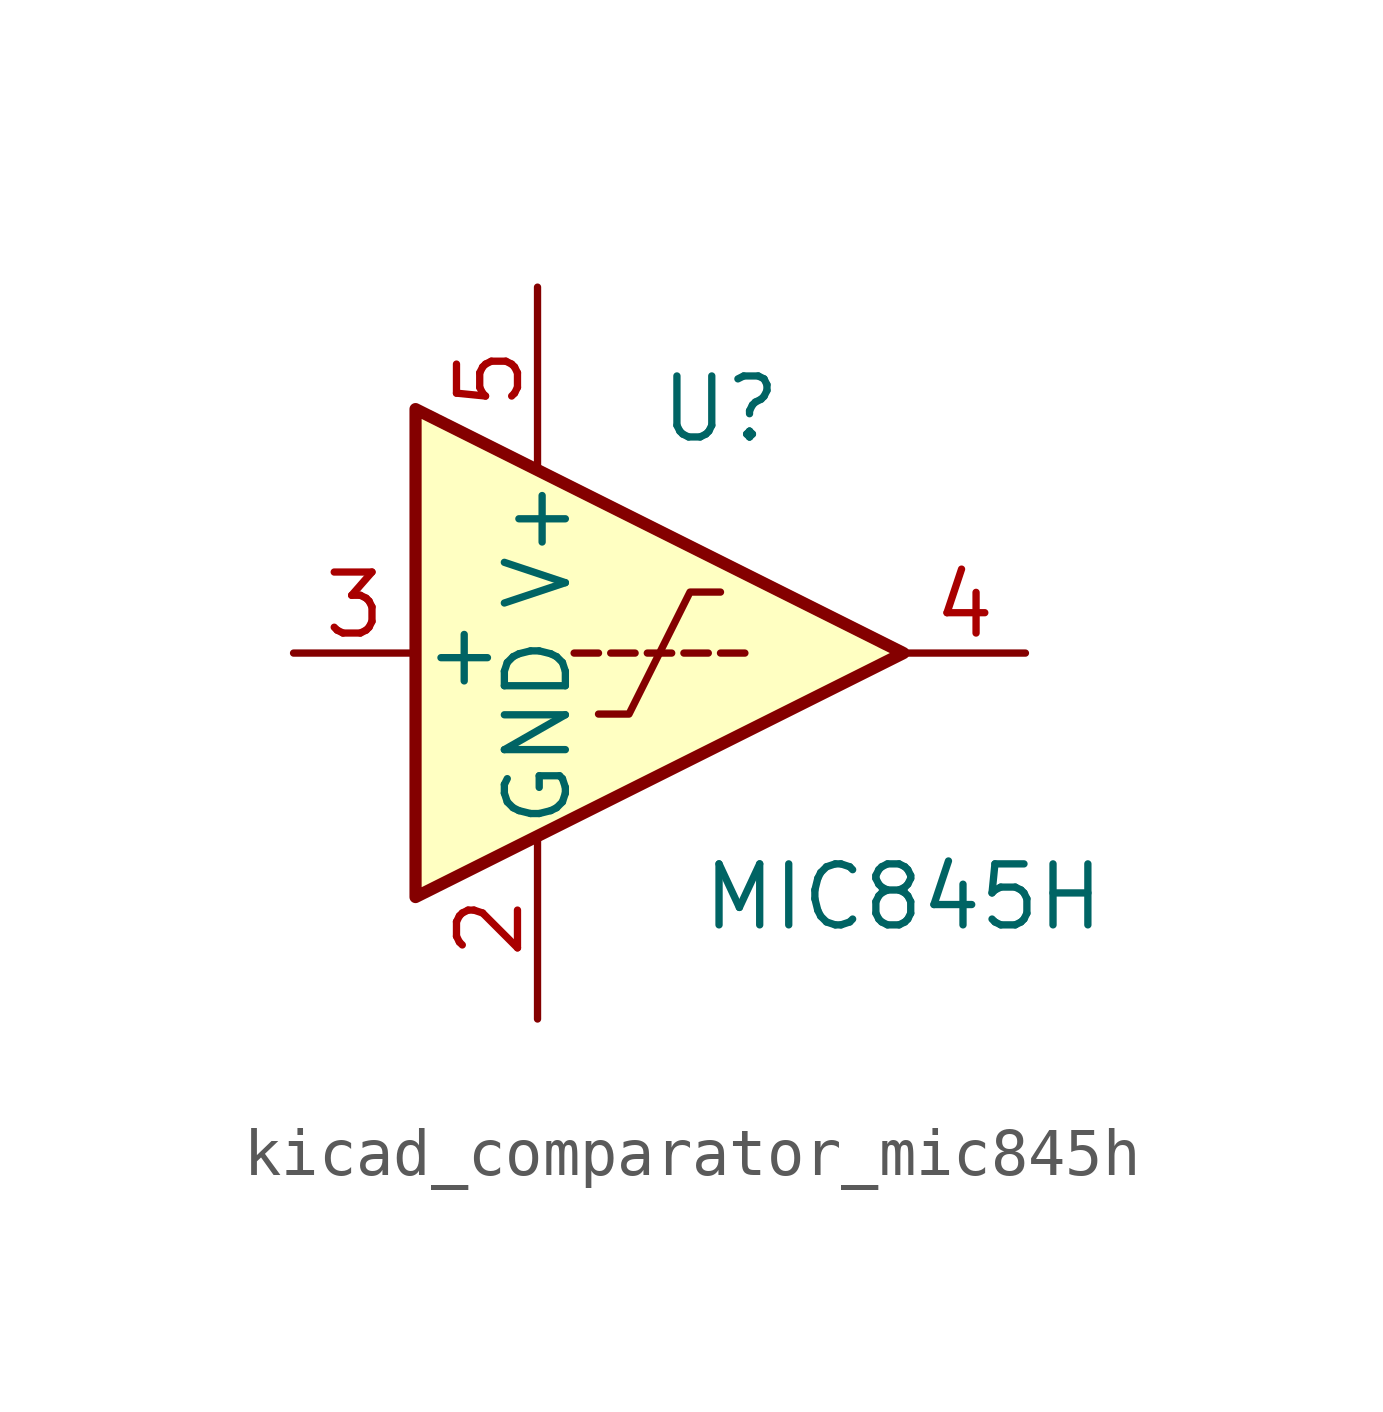
<source format=kicad_sym>
(kicad_symbol_lib
  (version 20220914)
  (generator kicad_symbol_editor)
  (symbol "kicad_comparator_mic845h"
    (pin_names
      (offset 0.127))
    (property "Reference" "U"
      (at 3.81 5.08 0)
      (effects (font (size 1.27 1.27))))
    (property "Value" "MIC845H"
      (at 7.62 -5.08 0)
      (effects (font (size 1.27 1.27))))
    (symbol "kicad_comparator_mic845h_0_1"
      (polyline (pts (xy 1.27 0) (xy 0.762 0)) (stroke (width 0) (type default)) (fill (type none)))
      (polyline (pts (xy 2.032 0) (xy 1.524 0)) (stroke (width 0) (type default)) (fill (type none)))
      (polyline (pts (xy 2.286 0) (xy 2.794 0)) (stroke (width 0) (type default)) (fill (type none)))
      (polyline (pts (xy 3.048 0) (xy 3.556 0)) (stroke (width 0) (type default)) (fill (type none)))
      (polyline (pts (xy 3.81 0) (xy 4.318 0)) (stroke (width 0) (type default)) (fill (type none)))
      (polyline (pts (xy -2.54 5.08) (xy 7.62 0) (xy -2.54 -5.08) (xy -2.54 5.08)) (stroke (width 0.254) (type default)) (fill (type background)))
      (polyline (pts (xy 1.27 -1.27) (xy 1.905 -1.27) (xy 3.175 1.27) (xy 3.81 1.27)) (stroke (width 0) (type default)) (fill (type none))))
    (symbol "kicad_comparator_mic845h_1_1"
      (pin no_connect line (at -2.54 0 0) (length 2.54) hide (name "NIC" (effects (font (size 1.27 1.27)))) (number "1" (effects (font (size 1.27 1.27)))))
      (pin power_in line (at 0 -7.62 90) (length 3.81) (name "GND" (effects (font (size 1.27 1.27)))) (number "2" (effects (font (size 1.27 1.27)))))
      (pin input line (at -5.08 0 0) (length 2.54) (name "+" (effects (font (size 1.27 1.27)))) (number "3" (effects (font (size 1.27 1.27)))))
      (pin output line (at 10.16 0 180) (length 2.54) (name "~" (effects (font (size 1.27 1.27)))) (number "4" (effects (font (size 1.27 1.27)))))
      (pin power_in line (at 0 7.62 270) (length 3.81) (name "V+" (effects (font (size 1.27 1.27)))) (number "5" (effects (font (size 1.27 1.27))))))))
</source>
